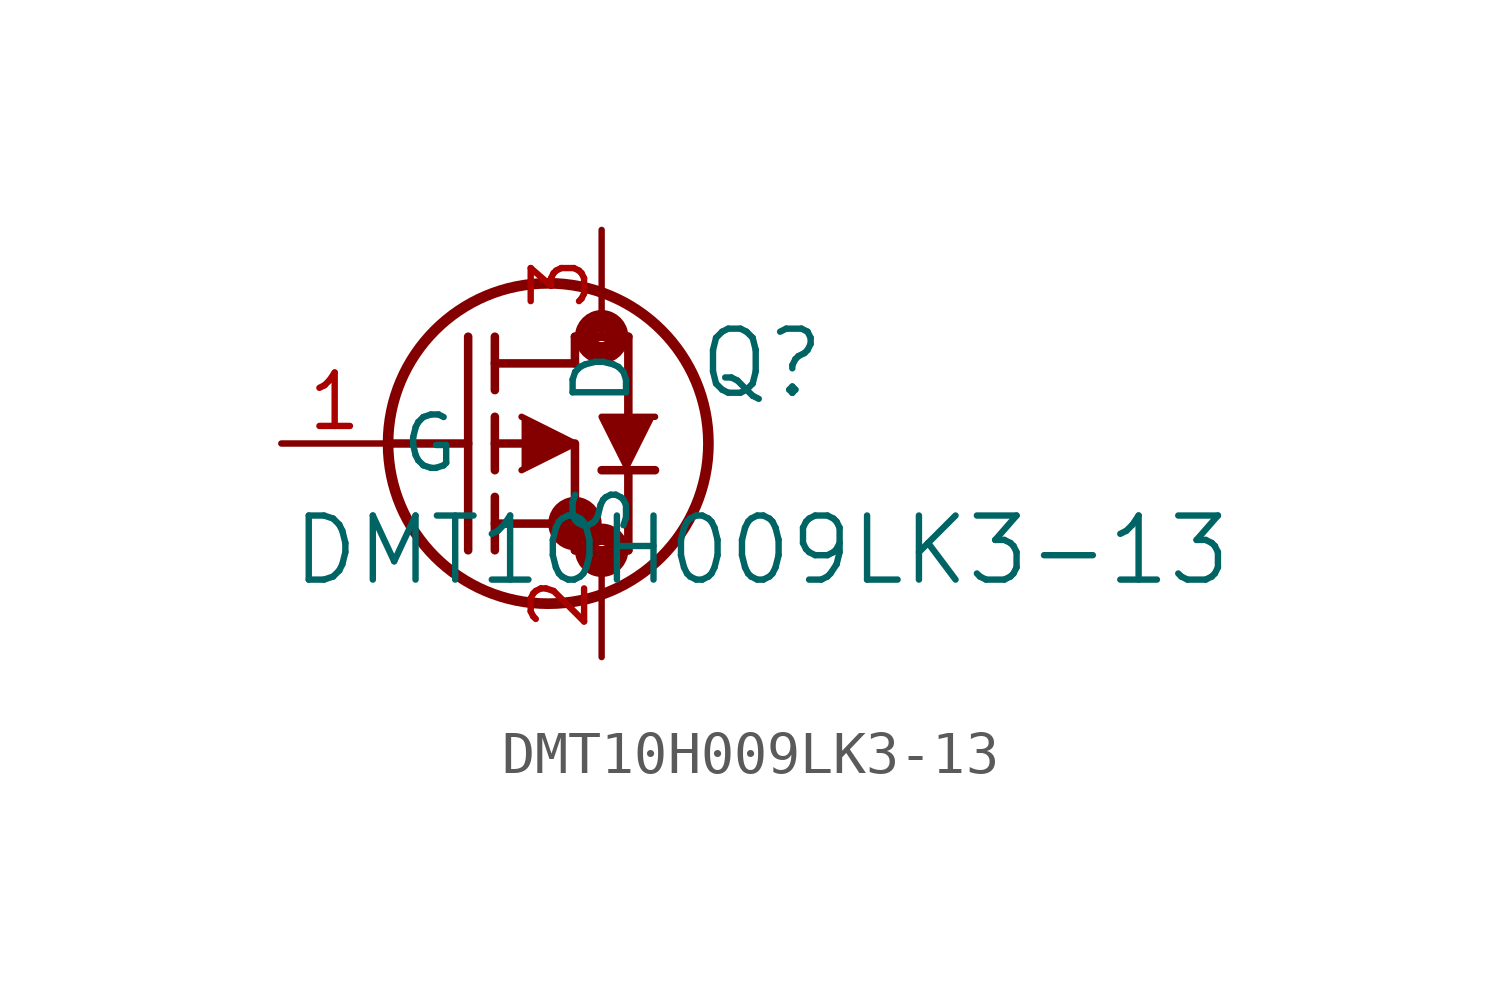
<source format=kicad_sym>
(kicad_symbol_lib
  (version 20211014)
  (generator kicad_symbol_editor)
  (symbol "DMT10H009LK3-13"
    (pin_names
      (offset 0.254))
    (property "Reference" "Q"
      (at 11.43 1.905 0)
      (effects (font (size 1.524 1.524))))
    (property "Value" "DMT10H009LK3-13"
      (at 11.43 -2.54 0)
      (effects (font (size 1.524 1.524))))
    (symbol "DMT10H009LK3-13_0_1"
      (circle (center 7.62 2.54) (radius 0.127) (stroke (width 0.508) (type default) (color 0 0 0 0)) (fill (type none)))
      (circle (center 7.62 -2.54) (radius 0.127) (stroke (width 0.508) (type default) (color 0 0 0 0)) (fill (type none)))
      (circle (center 6.985 -1.905) (radius 0.127) (stroke (width 0.508) (type default) (color 0 0 0 0)) (fill (type none)))
      (circle (center 6.35 0) (radius 3.81) (stroke (width 0.254) (type default) (color 0 0 0 0)) (fill (type none)))
      (polyline (pts (xy 2.54 0) (xy 4.445 0)) (stroke (width 0.203) (type default) (color 0 0 0 0)) (fill (type none)))
      (polyline (pts (xy 4.445 -2.54) (xy 4.445 2.54)) (stroke (width 0.203) (type default) (color 0 0 0 0)) (fill (type none)))
      (polyline (pts (xy 5.08 -0.635) (xy 5.08 0.635)) (stroke (width 0.203) (type default) (color 0 0 0 0)) (fill (type none)))
      (polyline (pts (xy 5.08 -2.54) (xy 5.08 -1.27)) (stroke (width 0.203) (type default) (color 0 0 0 0)) (fill (type none)))
      (polyline (pts (xy 5.08 1.27) (xy 5.08 2.54)) (stroke (width 0.203) (type default) (color 0 0 0 0)) (fill (type none)))
      (polyline (pts (xy 5.08 0) (xy 5.715 0)) (stroke (width 0.203) (type default) (color 0 0 0 0)) (fill (type none)))
      (polyline (pts (xy 5.08 -1.905) (xy 6.985 -1.905)) (stroke (width 0.203) (type default) (color 0 0 0 0)) (fill (type none)))
      (polyline (pts (xy 6.985 -2.54) (xy 6.985 0)) (stroke (width 0.203) (type default) (color 0 0 0 0)) (fill (type none)))
      (polyline (pts (xy 6.985 -2.54) (xy 8.255 -2.54)) (stroke (width 0.203) (type default) (color 0 0 0 0)) (fill (type none)))
      (polyline (pts (xy 5.08 1.905) (xy 6.985 1.905)) (stroke (width 0.203) (type default) (color 0 0 0 0)) (fill (type none)))
      (polyline (pts (xy 8.255 0.635) (xy 8.255 2.54)) (stroke (width 0.203) (type default) (color 0 0 0 0)) (fill (type none)))
      (polyline (pts (xy 5.715 0.635) (xy 6.985 0) (xy 5.715 -0.635)) (stroke (width 0) (type default) (color 0 0 0 0)) (fill (type outline)))
      (polyline (pts (xy 8.89 -0.635) (xy 7.62 -0.635)) (stroke (width 0.203) (type default) (color 0 0 0 0)) (fill (type none)))
      (polyline (pts (xy 8.89 0.635) (xy 7.62 0.635) (xy 8.255 -0.635)) (stroke (width 0) (type default) (color 0 0 0 0)) (fill (type outline)))
      (polyline (pts (xy 6.985 2.54) (xy 8.255 2.54)) (stroke (width 0.203) (type default) (color 0 0 0 0)) (fill (type none)))
      (polyline (pts (xy 6.985 1.905) (xy 6.985 2.54)) (stroke (width 0.203) (type default) (color 0 0 0 0)) (fill (type none)))
      (polyline (pts (xy 8.255 -2.54) (xy 8.255 -0.635)) (stroke (width 0.203) (type default) (color 0 0 0 0)) (fill (type none)))
      (pin unspecified line (at 0 0 0) (length 2.54) (name "G" (effects (font (size 1.27 1.27)))) (number "1" (effects (font (size 1.27 1.27)))))
      (pin unspecified line (at 7.62 -5.08 90) (length 2.54) (name "S" (effects (font (size 1.27 1.27)))) (number "2" (effects (font (size 1.27 1.27)))))
      (pin unspecified line (at 7.62 5.08 270) (length 2.54) (name "D" (effects (font (size 1.27 1.27)))) (number "3" (effects (font (size 1.27 1.27))))))))
</source>
